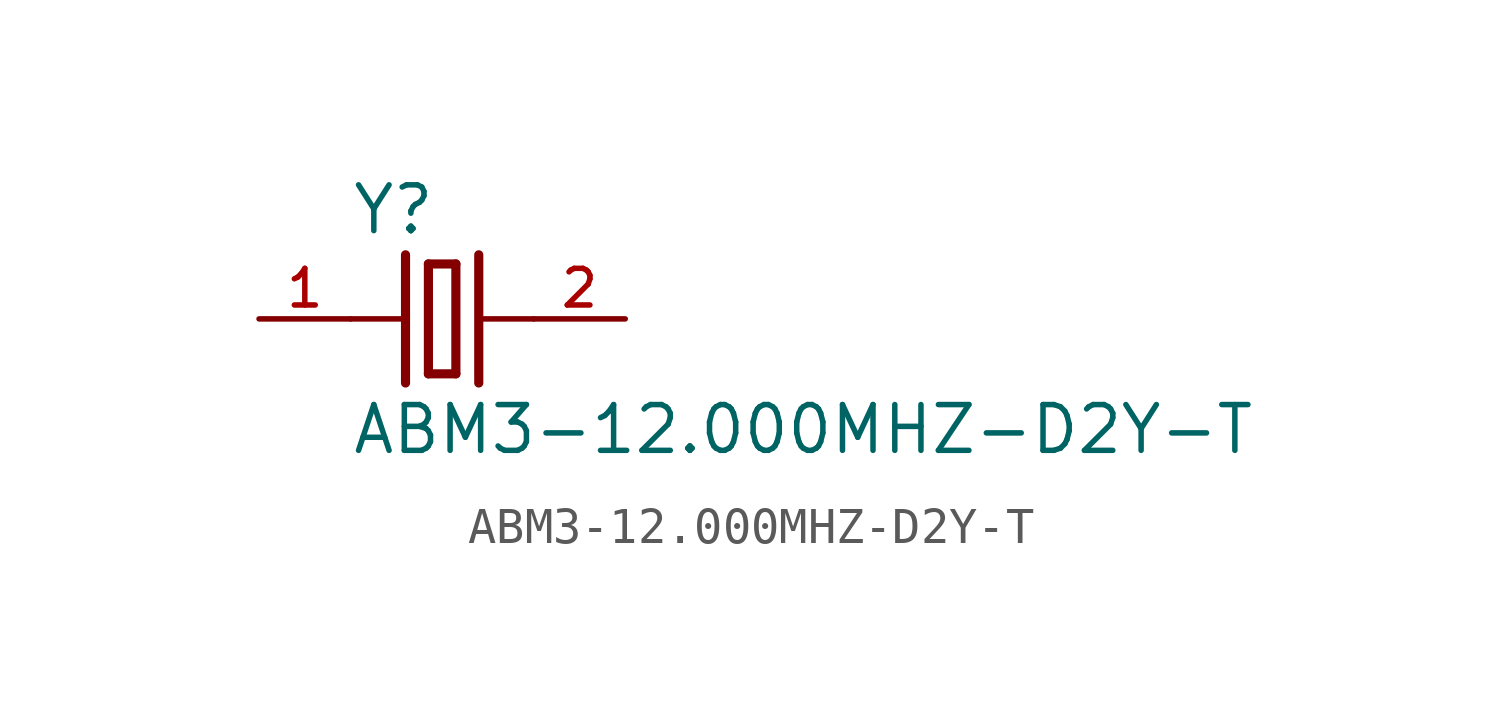
<source format=kicad_sym>
(kicad_symbol_lib
  (version 20211014)
  (generator kicad_symbol_editor)
  (symbol "ABM3-12.000MHZ-D2Y-T"
    (pin_names
      (offset 1.016) hide)
    (property "Reference" "Y"
      (at -2.54 2.286 0)
      (effects (font (size 1.27 1.27)) (justify left bottom)))
    (property "Value" "ABM3-12.000MHZ-D2Y-T"
      (at -2.54 -3.81 0)
      (effects (font (size 1.27 1.27)) (justify left bottom)))
    (property "ki_locked" ""
      (at 0 0 0)
      (effects (font (size 1.27 1.27))))
    (symbol "ABM3-12.000MHZ-D2Y-T_0_0"
      (polyline (pts (xy -2.54 0) (xy -1.016 0)) (stroke (width 0.152) (type default) (color 0 0 0 0)) (fill (type none)))
      (polyline (pts (xy -1.016 1.778) (xy -1.016 -1.778)) (stroke (width 0.254) (type default) (color 0 0 0 0)) (fill (type none)))
      (polyline (pts (xy -0.381 -1.524) (xy 0.381 -1.524)) (stroke (width 0.254) (type default) (color 0 0 0 0)) (fill (type none)))
      (polyline (pts (xy -0.381 1.524) (xy -0.381 -1.524)) (stroke (width 0.254) (type default) (color 0 0 0 0)) (fill (type none)))
      (polyline (pts (xy 0.381 -1.524) (xy 0.381 1.524)) (stroke (width 0.254) (type default) (color 0 0 0 0)) (fill (type none)))
      (polyline (pts (xy 0.381 1.524) (xy -0.381 1.524)) (stroke (width 0.254) (type default) (color 0 0 0 0)) (fill (type none)))
      (polyline (pts (xy 1.016 0) (xy 2.54 0)) (stroke (width 0.152) (type default) (color 0 0 0 0)) (fill (type none)))
      (polyline (pts (xy 1.016 1.778) (xy 1.016 -1.778)) (stroke (width 0.254) (type default) (color 0 0 0 0)) (fill (type none)))
      (pin passive line (at -5.08 0 0) (length 2.54) (name "~" (effects (font (size 1.016 1.016)))) (number "1" (effects (font (size 1.016 1.016)))))
      (pin passive line (at 5.08 0 180) (length 2.54) (name "~" (effects (font (size 1.016 1.016)))) (number "2" (effects (font (size 1.016 1.016))))))))
</source>
